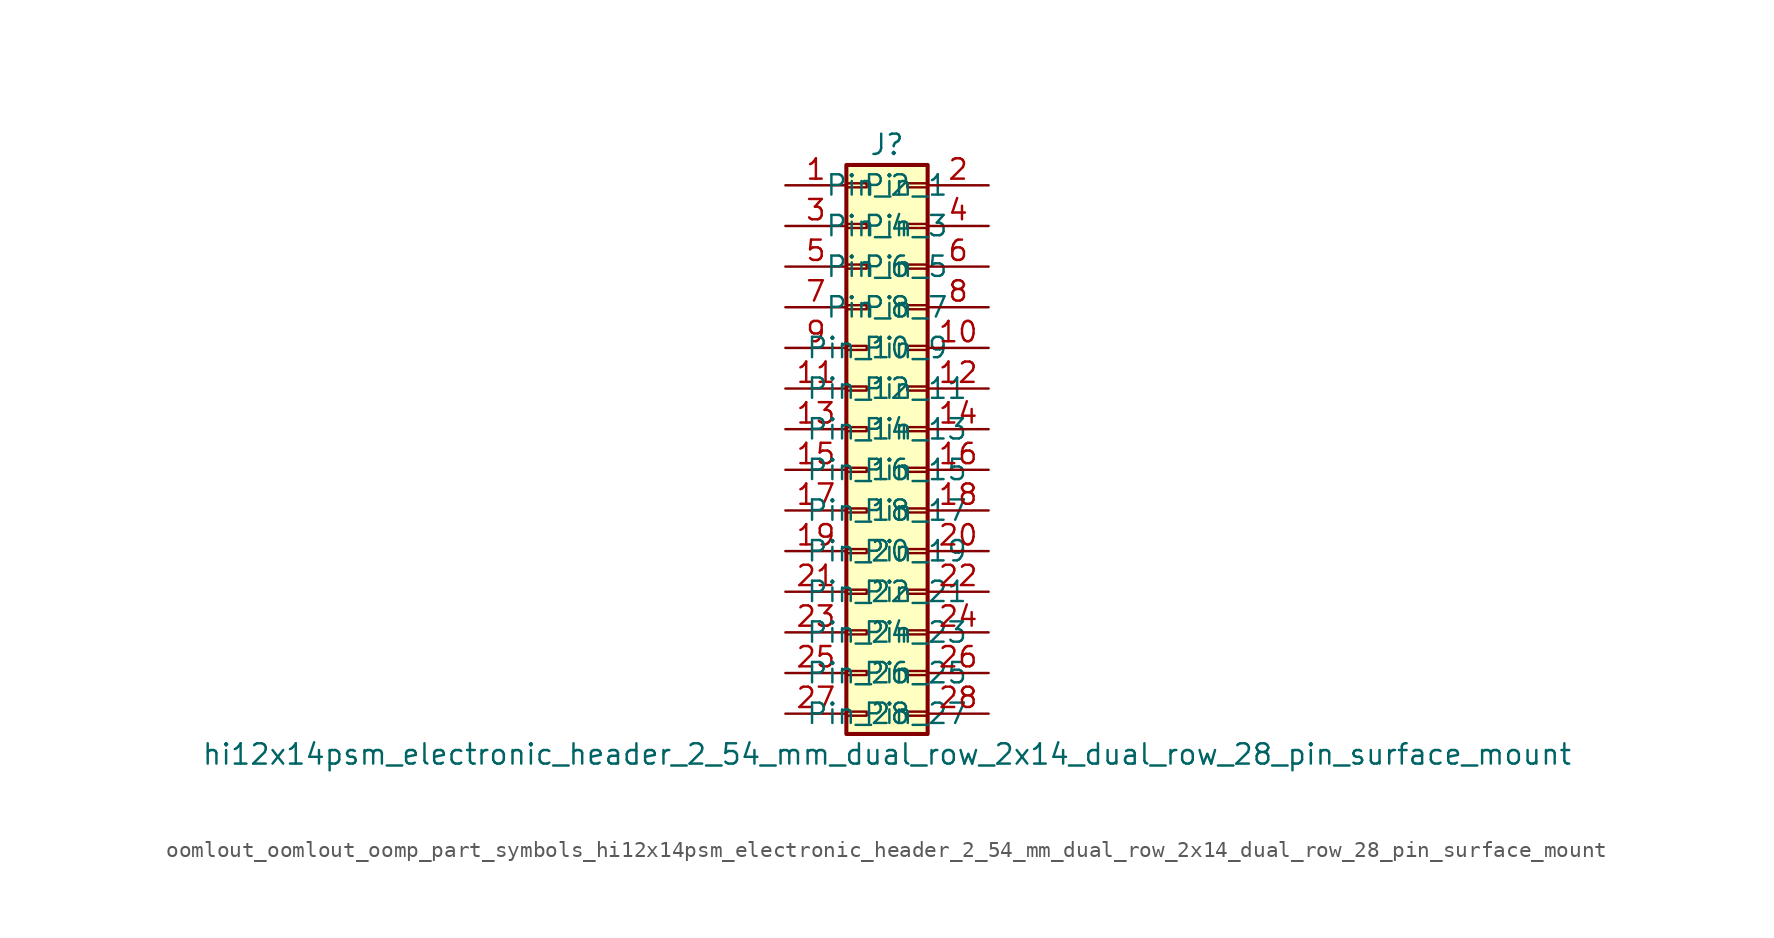
<source format=kicad_sym>
(kicad_symbol_lib
  (version 20220914)
  (generator kicad_symbol_editor)
  (symbol "oomlout_oomlout_oomp_part_symbols_hi12x14psm_electronic_header_2_54_mm_dual_row_2x14_dual_row_28_pin_surface_mount"
    (pin_names
      (offset 1.016))
    (property "Reference" "J"
      (at 1.27 17.78 0)
      (effects (font (size 1.27 1.27))))
    (property "Value" "hi12x14psm_electronic_header_2_54_mm_dual_row_2x14_dual_row_28_pin_surface_mount"
      (at 1.27 -20.32 0)
      (effects (font (size 1.27 1.27))))
    (symbol "oomlout_oomlout_oomp_part_symbols_hi12x14psm_electronic_header_2_54_mm_dual_row_2x14_dual_row_28_pin_surface_mount_1_1"
      (rectangle (start -1.27 -17.653) (end 0 -17.907) (stroke (width 0.152) (type default)) (fill (type none)))
      (rectangle (start -1.27 -15.113) (end 0 -15.367) (stroke (width 0.152) (type default)) (fill (type none)))
      (rectangle (start -1.27 -12.573) (end 0 -12.827) (stroke (width 0.152) (type default)) (fill (type none)))
      (rectangle (start -1.27 -10.033) (end 0 -10.287) (stroke (width 0.152) (type default)) (fill (type none)))
      (rectangle (start -1.27 -7.493) (end 0 -7.747) (stroke (width 0.152) (type default)) (fill (type none)))
      (rectangle (start -1.27 -4.953) (end 0 -5.207) (stroke (width 0.152) (type default)) (fill (type none)))
      (rectangle (start -1.27 -2.413) (end 0 -2.667) (stroke (width 0.152) (type default)) (fill (type none)))
      (rectangle (start -1.27 0.127) (end 0 -0.127) (stroke (width 0.152) (type default)) (fill (type none)))
      (rectangle (start -1.27 2.667) (end 0 2.413) (stroke (width 0.152) (type default)) (fill (type none)))
      (rectangle (start -1.27 5.207) (end 0 4.953) (stroke (width 0.152) (type default)) (fill (type none)))
      (rectangle (start -1.27 7.747) (end 0 7.493) (stroke (width 0.152) (type default)) (fill (type none)))
      (rectangle (start -1.27 10.287) (end 0 10.033) (stroke (width 0.152) (type default)) (fill (type none)))
      (rectangle (start -1.27 12.827) (end 0 12.573) (stroke (width 0.152) (type default)) (fill (type none)))
      (rectangle (start -1.27 15.367) (end 0 15.113) (stroke (width 0.152) (type default)) (fill (type none)))
      (rectangle (start -1.27 16.51) (end 3.81 -19.05) (stroke (width 0.254) (type default)) (fill (type background)))
      (rectangle (start 3.81 -17.653) (end 2.54 -17.907) (stroke (width 0.152) (type default)) (fill (type none)))
      (rectangle (start 3.81 -15.113) (end 2.54 -15.367) (stroke (width 0.152) (type default)) (fill (type none)))
      (rectangle (start 3.81 -12.573) (end 2.54 -12.827) (stroke (width 0.152) (type default)) (fill (type none)))
      (rectangle (start 3.81 -10.033) (end 2.54 -10.287) (stroke (width 0.152) (type default)) (fill (type none)))
      (rectangle (start 3.81 -7.493) (end 2.54 -7.747) (stroke (width 0.152) (type default)) (fill (type none)))
      (rectangle (start 3.81 -4.953) (end 2.54 -5.207) (stroke (width 0.152) (type default)) (fill (type none)))
      (rectangle (start 3.81 -2.413) (end 2.54 -2.667) (stroke (width 0.152) (type default)) (fill (type none)))
      (rectangle (start 3.81 0.127) (end 2.54 -0.127) (stroke (width 0.152) (type default)) (fill (type none)))
      (rectangle (start 3.81 2.667) (end 2.54 2.413) (stroke (width 0.152) (type default)) (fill (type none)))
      (rectangle (start 3.81 5.207) (end 2.54 4.953) (stroke (width 0.152) (type default)) (fill (type none)))
      (rectangle (start 3.81 7.747) (end 2.54 7.493) (stroke (width 0.152) (type default)) (fill (type none)))
      (rectangle (start 3.81 10.287) (end 2.54 10.033) (stroke (width 0.152) (type default)) (fill (type none)))
      (rectangle (start 3.81 12.827) (end 2.54 12.573) (stroke (width 0.152) (type default)) (fill (type none)))
      (rectangle (start 3.81 15.367) (end 2.54 15.113) (stroke (width 0.152) (type default)) (fill (type none)))
      (pin passive line (at -5.08 15.24 0) (length 3.81) (name "Pin_1" (effects (font (size 1.27 1.27)))) (number "1" (effects (font (size 1.27 1.27)))))
      (pin passive line (at 7.62 5.08 180) (length 3.81) (name "Pin_10" (effects (font (size 1.27 1.27)))) (number "10" (effects (font (size 1.27 1.27)))))
      (pin passive line (at -5.08 2.54 0) (length 3.81) (name "Pin_11" (effects (font (size 1.27 1.27)))) (number "11" (effects (font (size 1.27 1.27)))))
      (pin passive line (at 7.62 2.54 180) (length 3.81) (name "Pin_12" (effects (font (size 1.27 1.27)))) (number "12" (effects (font (size 1.27 1.27)))))
      (pin passive line (at -5.08 0 0) (length 3.81) (name "Pin_13" (effects (font (size 1.27 1.27)))) (number "13" (effects (font (size 1.27 1.27)))))
      (pin passive line (at 7.62 0 180) (length 3.81) (name "Pin_14" (effects (font (size 1.27 1.27)))) (number "14" (effects (font (size 1.27 1.27)))))
      (pin passive line (at -5.08 -2.54 0) (length 3.81) (name "Pin_15" (effects (font (size 1.27 1.27)))) (number "15" (effects (font (size 1.27 1.27)))))
      (pin passive line (at 7.62 -2.54 180) (length 3.81) (name "Pin_16" (effects (font (size 1.27 1.27)))) (number "16" (effects (font (size 1.27 1.27)))))
      (pin passive line (at -5.08 -5.08 0) (length 3.81) (name "Pin_17" (effects (font (size 1.27 1.27)))) (number "17" (effects (font (size 1.27 1.27)))))
      (pin passive line (at 7.62 -5.08 180) (length 3.81) (name "Pin_18" (effects (font (size 1.27 1.27)))) (number "18" (effects (font (size 1.27 1.27)))))
      (pin passive line (at -5.08 -7.62 0) (length 3.81) (name "Pin_19" (effects (font (size 1.27 1.27)))) (number "19" (effects (font (size 1.27 1.27)))))
      (pin passive line (at 7.62 15.24 180) (length 3.81) (name "Pin_2" (effects (font (size 1.27 1.27)))) (number "2" (effects (font (size 1.27 1.27)))))
      (pin passive line (at 7.62 -7.62 180) (length 3.81) (name "Pin_20" (effects (font (size 1.27 1.27)))) (number "20" (effects (font (size 1.27 1.27)))))
      (pin passive line (at -5.08 -10.16 0) (length 3.81) (name "Pin_21" (effects (font (size 1.27 1.27)))) (number "21" (effects (font (size 1.27 1.27)))))
      (pin passive line (at 7.62 -10.16 180) (length 3.81) (name "Pin_22" (effects (font (size 1.27 1.27)))) (number "22" (effects (font (size 1.27 1.27)))))
      (pin passive line (at -5.08 -12.7 0) (length 3.81) (name "Pin_23" (effects (font (size 1.27 1.27)))) (number "23" (effects (font (size 1.27 1.27)))))
      (pin passive line (at 7.62 -12.7 180) (length 3.81) (name "Pin_24" (effects (font (size 1.27 1.27)))) (number "24" (effects (font (size 1.27 1.27)))))
      (pin passive line (at -5.08 -15.24 0) (length 3.81) (name "Pin_25" (effects (font (size 1.27 1.27)))) (number "25" (effects (font (size 1.27 1.27)))))
      (pin passive line (at 7.62 -15.24 180) (length 3.81) (name "Pin_26" (effects (font (size 1.27 1.27)))) (number "26" (effects (font (size 1.27 1.27)))))
      (pin passive line (at -5.08 -17.78 0) (length 3.81) (name "Pin_27" (effects (font (size 1.27 1.27)))) (number "27" (effects (font (size 1.27 1.27)))))
      (pin passive line (at 7.62 -17.78 180) (length 3.81) (name "Pin_28" (effects (font (size 1.27 1.27)))) (number "28" (effects (font (size 1.27 1.27)))))
      (pin passive line (at -5.08 12.7 0) (length 3.81) (name "Pin_3" (effects (font (size 1.27 1.27)))) (number "3" (effects (font (size 1.27 1.27)))))
      (pin passive line (at 7.62 12.7 180) (length 3.81) (name "Pin_4" (effects (font (size 1.27 1.27)))) (number "4" (effects (font (size 1.27 1.27)))))
      (pin passive line (at -5.08 10.16 0) (length 3.81) (name "Pin_5" (effects (font (size 1.27 1.27)))) (number "5" (effects (font (size 1.27 1.27)))))
      (pin passive line (at 7.62 10.16 180) (length 3.81) (name "Pin_6" (effects (font (size 1.27 1.27)))) (number "6" (effects (font (size 1.27 1.27)))))
      (pin passive line (at -5.08 7.62 0) (length 3.81) (name "Pin_7" (effects (font (size 1.27 1.27)))) (number "7" (effects (font (size 1.27 1.27)))))
      (pin passive line (at 7.62 7.62 180) (length 3.81) (name "Pin_8" (effects (font (size 1.27 1.27)))) (number "8" (effects (font (size 1.27 1.27)))))
      (pin passive line (at -5.08 5.08 0) (length 3.81) (name "Pin_9" (effects (font (size 1.27 1.27)))) (number "9" (effects (font (size 1.27 1.27))))))))
</source>
